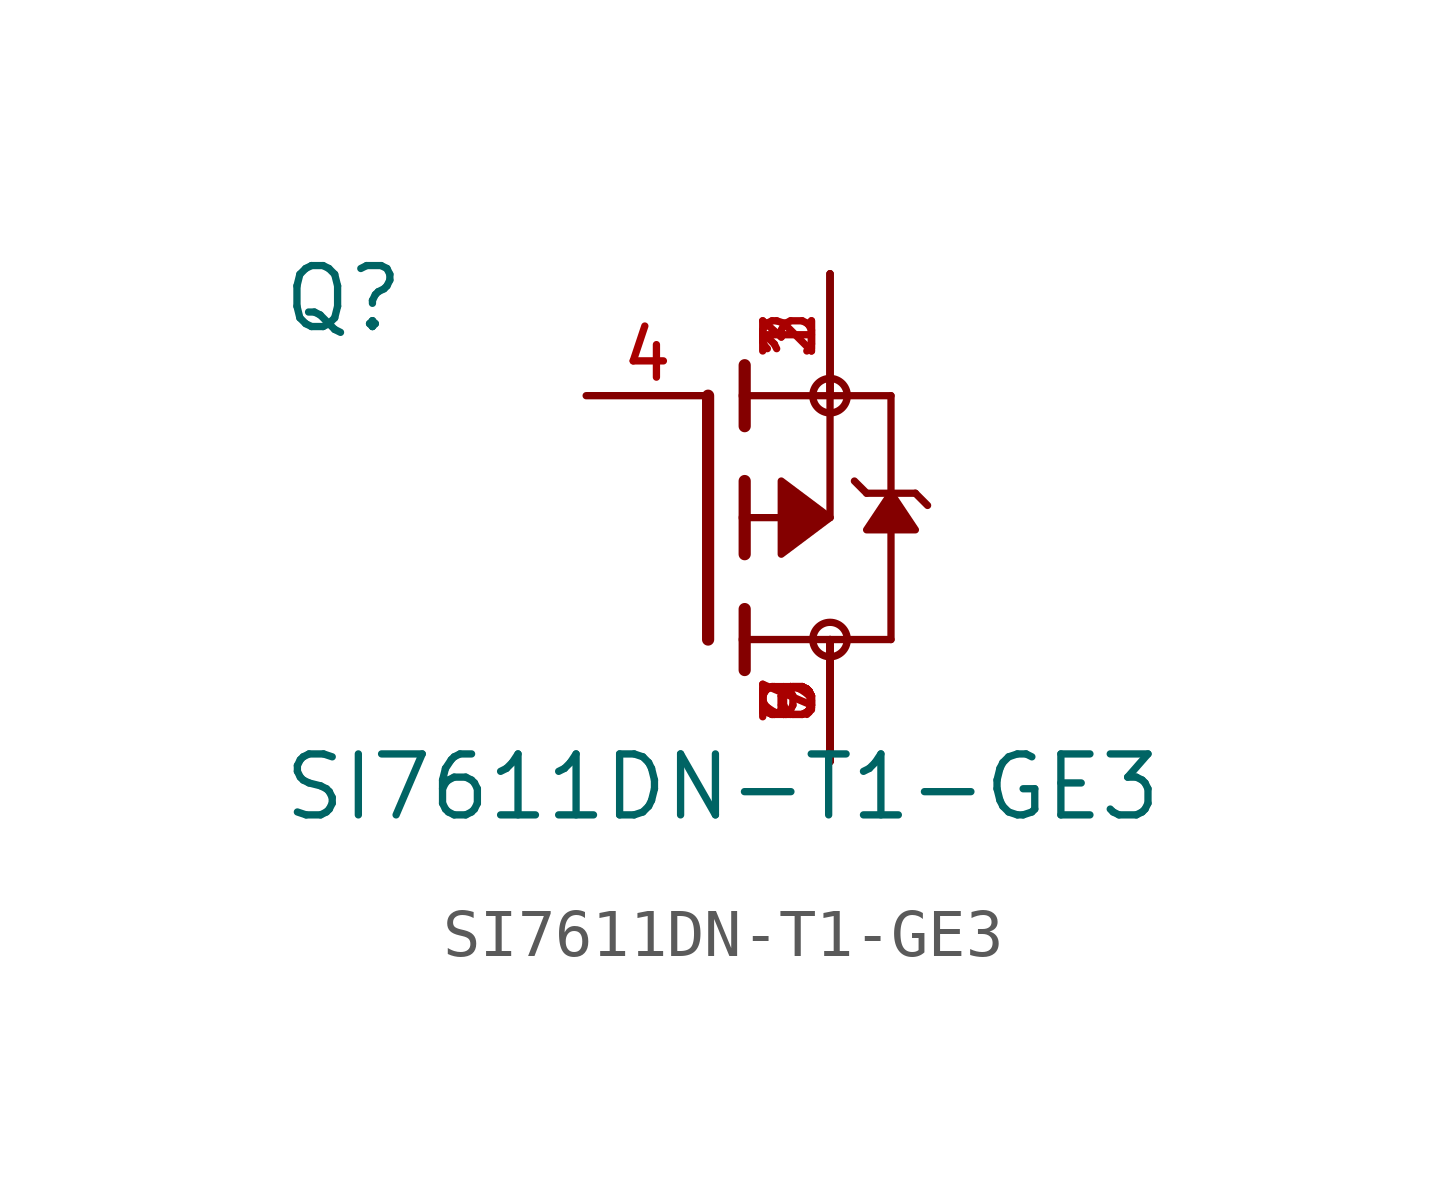
<source format=kicad_sym>
(kicad_symbol_lib
  (version 20211014)
  (generator kicad_symbol_editor)
  (symbol "SI7611DN-T1-GE3"
    (pin_names
      (offset 1.016))
    (property "Reference" "Q"
      (at -8.907 3.817 0)
      (effects (font (size 1.27 1.27)) (justify bottom left)))
    (property "Value" "SI7611DN-T1-GE3"
      (at -8.898 -6.356 0)
      (effects (font (size 1.27 1.27)) (justify bottom left)))
    (symbol "SI7611DN-T1-GE3_0_0"
      (polyline (pts (xy 0.762 -0.762) (xy 0.762 0.0)) (stroke (width 0.254)))
      (polyline (pts (xy 0.762 0.0) (xy 0.762 0.762)) (stroke (width 0.254)))
      (polyline (pts (xy 0.762 -3.175) (xy 0.762 -2.54)) (stroke (width 0.254)))
      (polyline (pts (xy 0.762 -2.54) (xy 0.762 -1.905)) (stroke (width 0.254)))
      (polyline (pts (xy 0.762 0.0) (xy 2.54 0.0)) (stroke (width 0.152)))
      (polyline (pts (xy 2.54 0.0) (xy 2.54 2.54)) (stroke (width 0.152)))
      (polyline (pts (xy 0.762 1.905) (xy 0.762 2.54)) (stroke (width 0.254)))
      (polyline (pts (xy 0.762 2.54) (xy 0.762 3.175)) (stroke (width 0.254)))
      (polyline (pts (xy 0.0 -2.54) (xy 0.0 2.54)) (stroke (width 0.254)))
      (polyline (pts (xy 2.54 2.54) (xy 0.762 2.54)) (stroke (width 0.152)))
      (polyline (pts (xy 3.81 -2.54) (xy 3.81 0.508)) (stroke (width 0.152)))
      (polyline (pts (xy 3.81 0.508) (xy 3.81 2.54)) (stroke (width 0.152)))
      (polyline (pts (xy 2.54 2.54) (xy 3.81 2.54)) (stroke (width 0.152)))
      (polyline (pts (xy 0.762 -2.54) (xy 3.81 -2.54)) (stroke (width 0.152)))
      (polyline (pts (xy 3.048 0.762) (xy 3.302 0.508)) (stroke (width 0.152)))
      (polyline (pts (xy 3.302 0.508) (xy 3.81 0.508)) (stroke (width 0.152)))
      (polyline (pts (xy 3.81 0.508) (xy 4.318 0.508)) (stroke (width 0.152)))
      (polyline (pts (xy 4.318 0.508) (xy 4.572 0.254)) (stroke (width 0.152)))
      (circle (center 2.54 2.54) (radius 0.359) (stroke (width 0.0)) (fill (type none)))
      (circle (center 2.54 -2.54) (radius 0.359) (stroke (width 0.0)) (fill (type none)))
      (polyline (pts (xy 3.81 0.508) (xy 4.318 -0.254) (xy 3.302 -0.254) (xy 3.81 0.508)) (stroke (width 0.152)) (fill (type outline)))
      (polyline (pts (xy 2.54 0.0) (xy 1.524 0.762) (xy 1.524 -0.762) (xy 2.54 0.0)) (stroke (width 0.152)) (fill (type outline)))
      (pin passive line (at 2.54 5.08 270.0) (length 2.54) (name "~" (effects (font (size 1.016 1.016)))) (number "1" (effects (font (size 1.016 1.016)))))
      (pin passive line (at 2.54 5.08 270.0) (length 2.54) (name "~" (effects (font (size 1.016 1.016)))) (number "2" (effects (font (size 1.016 1.016)))))
      (pin passive line (at 2.54 5.08 270.0) (length 2.54) (name "~" (effects (font (size 1.016 1.016)))) (number "3" (effects (font (size 1.016 1.016)))))
      (pin passive line (at -2.54 2.54 0) (length 2.54) (name "~" (effects (font (size 1.016 1.016)))) (number "4" (effects (font (size 1.016 1.016)))))
      (pin passive line (at 2.54 -5.08 90.0) (length 2.54) (name "~" (effects (font (size 1.016 1.016)))) (number "5" (effects (font (size 1.016 1.016)))))
      (pin passive line (at 2.54 -5.08 90.0) (length 2.54) (name "~" (effects (font (size 1.016 1.016)))) (number "6" (effects (font (size 1.016 1.016)))))
      (pin passive line (at 2.54 -5.08 90.0) (length 2.54) (name "~" (effects (font (size 1.016 1.016)))) (number "7" (effects (font (size 1.016 1.016)))))
      (pin passive line (at 2.54 -5.08 90.0) (length 2.54) (name "~" (effects (font (size 1.016 1.016)))) (number "8" (effects (font (size 1.016 1.016)))))
      (pin passive line (at 2.54 -5.08 90.0) (length 2.54) (name "~" (effects (font (size 1.016 1.016)))) (number "9" (effects (font (size 1.016 1.016))))))))
</source>
